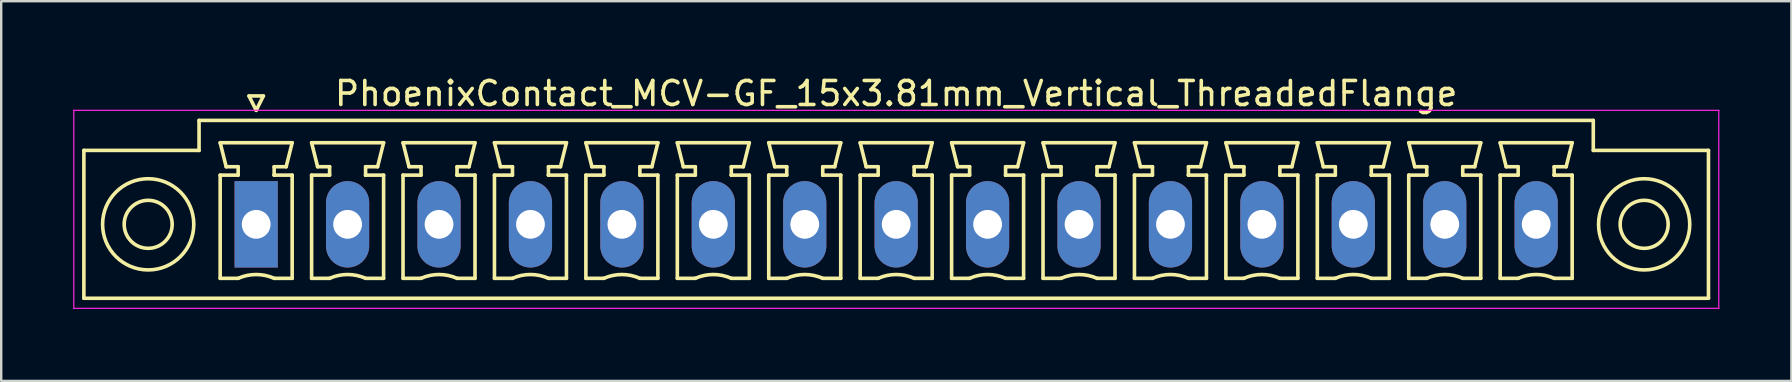
<source format=kicad_pcb>
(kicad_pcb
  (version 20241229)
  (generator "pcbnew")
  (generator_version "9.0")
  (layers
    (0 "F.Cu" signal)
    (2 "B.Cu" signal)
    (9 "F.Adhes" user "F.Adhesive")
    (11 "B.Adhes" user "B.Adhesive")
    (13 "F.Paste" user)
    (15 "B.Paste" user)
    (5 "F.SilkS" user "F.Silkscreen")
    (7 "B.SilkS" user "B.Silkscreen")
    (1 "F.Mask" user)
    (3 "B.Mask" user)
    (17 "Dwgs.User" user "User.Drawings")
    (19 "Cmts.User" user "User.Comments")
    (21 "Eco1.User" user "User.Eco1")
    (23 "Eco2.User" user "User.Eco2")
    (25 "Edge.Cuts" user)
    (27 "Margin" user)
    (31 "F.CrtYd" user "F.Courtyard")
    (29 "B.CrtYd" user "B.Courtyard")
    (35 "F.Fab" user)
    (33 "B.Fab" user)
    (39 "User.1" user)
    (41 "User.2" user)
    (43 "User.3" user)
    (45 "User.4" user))
  (footprint "PhoenixContact_MCV-GF_15x3.81mm_Vertical_ThreadedFlange"
    (layer "F.Cu")
    (at 7.625 6.298)
    (property "Reference" "PhoenixContact_MCV-GF_15x3.81mm_Vertical_ThreadedFlange" (at 26.67 -5.45 0) (layer "F.SilkS") (effects (font (size 1 1) (thickness 0.15))))
    (attr through_hole)
    (fp_line (start -7.18 -3.08) (end -7.18 3.08) (stroke (width 0.15) (type solid)) (layer "F.SilkS"))
    (fp_line (start -7.18 3.08) (end 60.52 3.08) (stroke (width 0.15) (type solid)) (layer "F.SilkS"))
    (fp_line (start -2.38 -4.33) (end -2.38 -3.08) (stroke (width 0.15) (type solid)) (layer "F.SilkS"))
    (fp_line (start -2.38 -3.08) (end -7.18 -3.08) (stroke (width 0.15) (type solid)) (layer "F.SilkS"))
    (fp_line (start -1.5 -3.4) (end 1.5 -3.4) (stroke (width 0.15) (type solid)) (layer "F.SilkS"))
    (fp_line (start -1.5 -2.05) (end -0.75 -2.05) (stroke (width 0.15) (type solid)) (layer "F.SilkS"))
    (fp_line (start -1.5 2.25) (end -1.5 -2.05) (stroke (width 0.15) (type solid)) (layer "F.SilkS"))
    (fp_line (start -1.25 -2.4) (end -1.5 -3.4) (stroke (width 0.15) (type solid)) (layer "F.SilkS"))
    (fp_line (start -0.75 -2.4) (end -1.25 -2.4) (stroke (width 0.15) (type solid)) (layer "F.SilkS"))
    (fp_line (start -0.75 -2.05) (end -0.75 -2.4) (stroke (width 0.15) (type solid)) (layer "F.SilkS"))
    (fp_line (start -0.75 2.25) (end -1.5 2.25) (stroke (width 0.15) (type solid)) (layer "F.SilkS"))
    (fp_line (start -0.3 -5.35) (end 0 -4.75) (stroke (width 0.15) (type solid)) (layer "F.SilkS"))
    (fp_line (start 0 -4.75) (end 0.3 -5.35) (stroke (width 0.15) (type solid)) (layer "F.SilkS"))
    (fp_line (start 0.3 -5.35) (end -0.3 -5.35) (stroke (width 0.15) (type solid)) (layer "F.SilkS"))
    (fp_line (start 0.75 -2.4) (end 0.75 -2.05) (stroke (width 0.15) (type solid)) (layer "F.SilkS"))
    (fp_line (start 0.75 -2.05) (end 0.75 -2.05) (stroke (width 0.15) (type solid)) (layer "F.SilkS"))
    (fp_line (start 0.75 -2.05) (end 1.5 -2.05) (stroke (width 0.15) (type solid)) (layer "F.SilkS"))
    (fp_line (start 1.25 -2.4) (end 0.75 -2.4) (stroke (width 0.15) (type solid)) (layer "F.SilkS"))
    (fp_line (start 1.5 -3.4) (end 1.25 -2.4) (stroke (width 0.15) (type solid)) (layer "F.SilkS"))
    (fp_line (start 1.5 -2.05) (end 1.5 2.25) (stroke (width 0.15) (type solid)) (layer "F.SilkS"))
    (fp_line (start 1.5 2.25) (end 0.75 2.25) (stroke (width 0.15) (type solid)) (layer "F.SilkS"))
    (fp_line (start 2.31 -3.4) (end 5.31 -3.4) (stroke (width 0.15) (type solid)) (layer "F.SilkS"))
    (fp_line (start 2.31 -2.05) (end 3.06 -2.05) (stroke (width 0.15) (type solid)) (layer "F.SilkS"))
    (fp_line (start 2.31 2.25) (end 2.31 -2.05) (stroke (width 0.15) (type solid)) (layer "F.SilkS"))
    (fp_line (start 2.56 -2.4) (end 2.31 -3.4) (stroke (width 0.15) (type solid)) (layer "F.SilkS"))
    (fp_line (start 3.06 -2.4) (end 2.56 -2.4) (stroke (width 0.15) (type solid)) (layer "F.SilkS"))
    (fp_line (start 3.06 -2.05) (end 3.06 -2.4) (stroke (width 0.15) (type solid)) (layer "F.SilkS"))
    (fp_line (start 3.06 2.25) (end 2.31 2.25) (stroke (width 0.15) (type solid)) (layer "F.SilkS"))
    (fp_line (start 4.56 -2.4) (end 4.56 -2.05) (stroke (width 0.15) (type solid)) (layer "F.SilkS"))
    (fp_line (start 4.56 -2.05) (end 4.56 -2.05) (stroke (width 0.15) (type solid)) (layer "F.SilkS"))
    (fp_line (start 4.56 -2.05) (end 5.31 -2.05) (stroke (width 0.15) (type solid)) (layer "F.SilkS"))
    (fp_line (start 5.06 -2.4) (end 4.56 -2.4) (stroke (width 0.15) (type solid)) (layer "F.SilkS"))
    (fp_line (start 5.31 -3.4) (end 5.06 -2.4) (stroke (width 0.15) (type solid)) (layer "F.SilkS"))
    (fp_line (start 5.31 -2.05) (end 5.31 2.25) (stroke (width 0.15) (type solid)) (layer "F.SilkS"))
    (fp_line (start 5.31 2.25) (end 4.56 2.25) (stroke (width 0.15) (type solid)) (layer "F.SilkS"))
    (fp_line (start 6.12 -3.4) (end 9.12 -3.4) (stroke (width 0.15) (type solid)) (layer "F.SilkS"))
    (fp_line (start 6.12 -2.05) (end 6.87 -2.05) (stroke (width 0.15) (type solid)) (layer "F.SilkS"))
    (fp_line (start 6.12 2.25) (end 6.12 -2.05) (stroke (width 0.15) (type solid)) (layer "F.SilkS"))
    (fp_line (start 6.37 -2.4) (end 6.12 -3.4) (stroke (width 0.15) (type solid)) (layer "F.SilkS"))
    (fp_line (start 6.87 -2.4) (end 6.37 -2.4) (stroke (width 0.15) (type solid)) (layer "F.SilkS"))
    (fp_line (start 6.87 -2.05) (end 6.87 -2.4) (stroke (width 0.15) (type solid)) (layer "F.SilkS"))
    (fp_line (start 6.87 2.25) (end 6.12 2.25) (stroke (width 0.15) (type solid)) (layer "F.SilkS"))
    (fp_line (start 8.37 -2.4) (end 8.37 -2.05) (stroke (width 0.15) (type solid)) (layer "F.SilkS"))
    (fp_line (start 8.37 -2.05) (end 8.37 -2.05) (stroke (width 0.15) (type solid)) (layer "F.SilkS"))
    (fp_line (start 8.37 -2.05) (end 9.12 -2.05) (stroke (width 0.15) (type solid)) (layer "F.SilkS"))
    (fp_line (start 8.87 -2.4) (end 8.37 -2.4) (stroke (width 0.15) (type solid)) (layer "F.SilkS"))
    (fp_line (start 9.12 -3.4) (end 8.87 -2.4) (stroke (width 0.15) (type solid)) (layer "F.SilkS"))
    (fp_line (start 9.12 -2.05) (end 9.12 2.25) (stroke (width 0.15) (type solid)) (layer "F.SilkS"))
    (fp_line (start 9.12 2.25) (end 8.37 2.25) (stroke (width 0.15) (type solid)) (layer "F.SilkS"))
    (fp_line (start 9.93 -3.4) (end 12.93 -3.4) (stroke (width 0.15) (type solid)) (layer "F.SilkS"))
    (fp_line (start 9.93 -2.05) (end 10.68 -2.05) (stroke (width 0.15) (type solid)) (layer "F.SilkS"))
    (fp_line (start 9.93 2.25) (end 9.93 -2.05) (stroke (width 0.15) (type solid)) (layer "F.SilkS"))
    (fp_line (start 10.18 -2.4) (end 9.93 -3.4) (stroke (width 0.15) (type solid)) (layer "F.SilkS"))
    (fp_line (start 10.68 -2.4) (end 10.18 -2.4) (stroke (width 0.15) (type solid)) (layer "F.SilkS"))
    (fp_line (start 10.68 -2.05) (end 10.68 -2.4) (stroke (width 0.15) (type solid)) (layer "F.SilkS"))
    (fp_line (start 10.68 2.25) (end 9.93 2.25) (stroke (width 0.15) (type solid)) (layer "F.SilkS"))
    (fp_line (start 12.18 -2.4) (end 12.18 -2.05) (stroke (width 0.15) (type solid)) (layer "F.SilkS"))
    (fp_line (start 12.18 -2.05) (end 12.18 -2.05) (stroke (width 0.15) (type solid)) (layer "F.SilkS"))
    (fp_line (start 12.18 -2.05) (end 12.93 -2.05) (stroke (width 0.15) (type solid)) (layer "F.SilkS"))
    (fp_line (start 12.68 -2.4) (end 12.18 -2.4) (stroke (width 0.15) (type solid)) (layer "F.SilkS"))
    (fp_line (start 12.93 -3.4) (end 12.68 -2.4) (stroke (width 0.15) (type solid)) (layer "F.SilkS"))
    (fp_line (start 12.93 -2.05) (end 12.93 2.25) (stroke (width 0.15) (type solid)) (layer "F.SilkS"))
    (fp_line (start 12.93 2.25) (end 12.18 2.25) (stroke (width 0.15) (type solid)) (layer "F.SilkS"))
    (fp_line (start 13.74 -3.4) (end 16.74 -3.4) (stroke (width 0.15) (type solid)) (layer "F.SilkS"))
    (fp_line (start 13.74 -2.05) (end 14.49 -2.05) (stroke (width 0.15) (type solid)) (layer "F.SilkS"))
    (fp_line (start 13.74 2.25) (end 13.74 -2.05) (stroke (width 0.15) (type solid)) (layer "F.SilkS"))
    (fp_line (start 13.99 -2.4) (end 13.74 -3.4) (stroke (width 0.15) (type solid)) (layer "F.SilkS"))
    (fp_line (start 14.49 -2.4) (end 13.99 -2.4) (stroke (width 0.15) (type solid)) (layer "F.SilkS"))
    (fp_line (start 14.49 -2.05) (end 14.49 -2.4) (stroke (width 0.15) (type solid)) (layer "F.SilkS"))
    (fp_line (start 14.49 2.25) (end 13.74 2.25) (stroke (width 0.15) (type solid)) (layer "F.SilkS"))
    (fp_line (start 15.99 -2.4) (end 15.99 -2.05) (stroke (width 0.15) (type solid)) (layer "F.SilkS"))
    (fp_line (start 15.99 -2.05) (end 15.99 -2.05) (stroke (width 0.15) (type solid)) (layer "F.SilkS"))
    (fp_line (start 15.99 -2.05) (end 16.74 -2.05) (stroke (width 0.15) (type solid)) (layer "F.SilkS"))
    (fp_line (start 16.49 -2.4) (end 15.99 -2.4) (stroke (width 0.15) (type solid)) (layer "F.SilkS"))
    (fp_line (start 16.74 -3.4) (end 16.49 -2.4) (stroke (width 0.15) (type solid)) (layer "F.SilkS"))
    (fp_line (start 16.74 -2.05) (end 16.74 2.25) (stroke (width 0.15) (type solid)) (layer "F.SilkS"))
    (fp_line (start 16.74 2.25) (end 15.99 2.25) (stroke (width 0.15) (type solid)) (layer "F.SilkS"))
    (fp_line (start 17.55 -3.4) (end 20.55 -3.4) (stroke (width 0.15) (type solid)) (layer "F.SilkS"))
    (fp_line (start 17.55 -2.05) (end 18.3 -2.05) (stroke (width 0.15) (type solid)) (layer "F.SilkS"))
    (fp_line (start 17.55 2.25) (end 17.55 -2.05) (stroke (width 0.15) (type solid)) (layer "F.SilkS"))
    (fp_line (start 17.8 -2.4) (end 17.55 -3.4) (stroke (width 0.15) (type solid)) (layer "F.SilkS"))
    (fp_line (start 18.3 -2.4) (end 17.8 -2.4) (stroke (width 0.15) (type solid)) (layer "F.SilkS"))
    (fp_line (start 18.3 -2.05) (end 18.3 -2.4) (stroke (width 0.15) (type solid)) (layer "F.SilkS"))
    (fp_line (start 18.3 2.25) (end 17.55 2.25) (stroke (width 0.15) (type solid)) (layer "F.SilkS"))
    (fp_line (start 19.8 -2.4) (end 19.8 -2.05) (stroke (width 0.15) (type solid)) (layer "F.SilkS"))
    (fp_line (start 19.8 -2.05) (end 19.8 -2.05) (stroke (width 0.15) (type solid)) (layer "F.SilkS"))
    (fp_line (start 19.8 -2.05) (end 20.55 -2.05) (stroke (width 0.15) (type solid)) (layer "F.SilkS"))
    (fp_line (start 20.3 -2.4) (end 19.8 -2.4) (stroke (width 0.15) (type solid)) (layer "F.SilkS"))
    (fp_line (start 20.55 -3.4) (end 20.3 -2.4) (stroke (width 0.15) (type solid)) (layer "F.SilkS"))
    (fp_line (start 20.55 -2.05) (end 20.55 2.25) (stroke (width 0.15) (type solid)) (layer "F.SilkS"))
    (fp_line (start 20.55 2.25) (end 19.8 2.25) (stroke (width 0.15) (type solid)) (layer "F.SilkS"))
    (fp_line (start 21.36 -3.4) (end 24.36 -3.4) (stroke (width 0.15) (type solid)) (layer "F.SilkS"))
    (fp_line (start 21.36 -2.05) (end 22.11 -2.05) (stroke (width 0.15) (type solid)) (layer "F.SilkS"))
    (fp_line (start 21.36 2.25) (end 21.36 -2.05) (stroke (width 0.15) (type solid)) (layer "F.SilkS"))
    (fp_line (start 21.61 -2.4) (end 21.36 -3.4) (stroke (width 0.15) (type solid)) (layer "F.SilkS"))
    (fp_line (start 22.11 -2.4) (end 21.61 -2.4) (stroke (width 0.15) (type solid)) (layer "F.SilkS"))
    (fp_line (start 22.11 -2.05) (end 22.11 -2.4) (stroke (width 0.15) (type solid)) (layer "F.SilkS"))
    (fp_line (start 22.11 2.25) (end 21.36 2.25) (stroke (width 0.15) (type solid)) (layer "F.SilkS"))
    (fp_line (start 23.61 -2.4) (end 23.61 -2.05) (stroke (width 0.15) (type solid)) (layer "F.SilkS"))
    (fp_line (start 23.61 -2.05) (end 23.61 -2.05) (stroke (width 0.15) (type solid)) (layer "F.SilkS"))
    (fp_line (start 23.61 -2.05) (end 24.36 -2.05) (stroke (width 0.15) (type solid)) (layer "F.SilkS"))
    (fp_line (start 24.11 -2.4) (end 23.61 -2.4) (stroke (width 0.15) (type solid)) (layer "F.SilkS"))
    (fp_line (start 24.36 -3.4) (end 24.11 -2.4) (stroke (width 0.15) (type solid)) (layer "F.SilkS"))
    (fp_line (start 24.36 -2.05) (end 24.36 2.25) (stroke (width 0.15) (type solid)) (layer "F.SilkS"))
    (fp_line (start 24.36 2.25) (end 23.61 2.25) (stroke (width 0.15) (type solid)) (layer "F.SilkS"))
    (fp_line (start 25.17 -3.4) (end 28.17 -3.4) (stroke (width 0.15) (type solid)) (layer "F.SilkS"))
    (fp_line (start 25.17 -2.05) (end 25.92 -2.05) (stroke (width 0.15) (type solid)) (layer "F.SilkS"))
    (fp_line (start 25.17 2.25) (end 25.17 -2.05) (stroke (width 0.15) (type solid)) (layer "F.SilkS"))
    (fp_line (start 25.42 -2.4) (end 25.17 -3.4) (stroke (width 0.15) (type solid)) (layer "F.SilkS"))
    (fp_line (start 25.92 -2.4) (end 25.42 -2.4) (stroke (width 0.15) (type solid)) (layer "F.SilkS"))
    (fp_line (start 25.92 -2.05) (end 25.92 -2.4) (stroke (width 0.15) (type solid)) (layer "F.SilkS"))
    (fp_line (start 25.92 2.25) (end 25.17 2.25) (stroke (width 0.15) (type solid)) (layer "F.SilkS"))
    (fp_line (start 27.42 -2.4) (end 27.42 -2.05) (stroke (width 0.15) (type solid)) (layer "F.SilkS"))
    (fp_line (start 27.42 -2.05) (end 27.42 -2.05) (stroke (width 0.15) (type solid)) (layer "F.SilkS"))
    (fp_line (start 27.42 -2.05) (end 28.17 -2.05) (stroke (width 0.15) (type solid)) (layer "F.SilkS"))
    (fp_line (start 27.92 -2.4) (end 27.42 -2.4) (stroke (width 0.15) (type solid)) (layer "F.SilkS"))
    (fp_line (start 28.17 -3.4) (end 27.92 -2.4) (stroke (width 0.15) (type solid)) (layer "F.SilkS"))
    (fp_line (start 28.17 -2.05) (end 28.17 2.25) (stroke (width 0.15) (type solid)) (layer "F.SilkS"))
    (fp_line (start 28.17 2.25) (end 27.42 2.25) (stroke (width 0.15) (type solid)) (layer "F.SilkS"))
    (fp_line (start 28.98 -3.4) (end 31.98 -3.4) (stroke (width 0.15) (type solid)) (layer "F.SilkS"))
    (fp_line (start 28.98 -2.05) (end 29.73 -2.05) (stroke (width 0.15) (type solid)) (layer "F.SilkS"))
    (fp_line (start 28.98 2.25) (end 28.98 -2.05) (stroke (width 0.15) (type solid)) (layer "F.SilkS"))
    (fp_line (start 29.23 -2.4) (end 28.98 -3.4) (stroke (width 0.15) (type solid)) (layer "F.SilkS"))
    (fp_line (start 29.73 -2.4) (end 29.23 -2.4) (stroke (width 0.15) (type solid)) (layer "F.SilkS"))
    (fp_line (start 29.73 -2.05) (end 29.73 -2.4) (stroke (width 0.15) (type solid)) (layer "F.SilkS"))
    (fp_line (start 29.73 2.25) (end 28.98 2.25) (stroke (width 0.15) (type solid)) (layer "F.SilkS"))
    (fp_line (start 31.23 -2.4) (end 31.23 -2.05) (stroke (width 0.15) (type solid)) (layer "F.SilkS"))
    (fp_line (start 31.23 -2.05) (end 31.23 -2.05) (stroke (width 0.15) (type solid)) (layer "F.SilkS"))
    (fp_line (start 31.23 -2.05) (end 31.98 -2.05) (stroke (width 0.15) (type solid)) (layer "F.SilkS"))
    (fp_line (start 31.73 -2.4) (end 31.23 -2.4) (stroke (width 0.15) (type solid)) (layer "F.SilkS"))
    (fp_line (start 31.98 -3.4) (end 31.73 -2.4) (stroke (width 0.15) (type solid)) (layer "F.SilkS"))
    (fp_line (start 31.98 -2.05) (end 31.98 2.25) (stroke (width 0.15) (type solid)) (layer "F.SilkS"))
    (fp_line (start 31.98 2.25) (end 31.23 2.25) (stroke (width 0.15) (type solid)) (layer "F.SilkS"))
    (fp_line (start 32.79 -3.4) (end 35.79 -3.4) (stroke (width 0.15) (type solid)) (layer "F.SilkS"))
    (fp_line (start 32.79 -2.05) (end 33.54 -2.05) (stroke (width 0.15) (type solid)) (layer "F.SilkS"))
    (fp_line (start 32.79 2.25) (end 32.79 -2.05) (stroke (width 0.15) (type solid)) (layer "F.SilkS"))
    (fp_line (start 33.04 -2.4) (end 32.79 -3.4) (stroke (width 0.15) (type solid)) (layer "F.SilkS"))
    (fp_line (start 33.54 -2.4) (end 33.04 -2.4) (stroke (width 0.15) (type solid)) (layer "F.SilkS"))
    (fp_line (start 33.54 -2.05) (end 33.54 -2.4) (stroke (width 0.15) (type solid)) (layer "F.SilkS"))
    (fp_line (start 33.54 2.25) (end 32.79 2.25) (stroke (width 0.15) (type solid)) (layer "F.SilkS"))
    (fp_line (start 35.04 -2.4) (end 35.04 -2.05) (stroke (width 0.15) (type solid)) (layer "F.SilkS"))
    (fp_line (start 35.04 -2.05) (end 35.04 -2.05) (stroke (width 0.15) (type solid)) (layer "F.SilkS"))
    (fp_line (start 35.04 -2.05) (end 35.79 -2.05) (stroke (width 0.15) (type solid)) (layer "F.SilkS"))
    (fp_line (start 35.54 -2.4) (end 35.04 -2.4) (stroke (width 0.15) (type solid)) (layer "F.SilkS"))
    (fp_line (start 35.79 -3.4) (end 35.54 -2.4) (stroke (width 0.15) (type solid)) (layer "F.SilkS"))
    (fp_line (start 35.79 -2.05) (end 35.79 2.25) (stroke (width 0.15) (type solid)) (layer "F.SilkS"))
    (fp_line (start 35.79 2.25) (end 35.04 2.25) (stroke (width 0.15) (type solid)) (layer "F.SilkS"))
    (fp_line (start 36.6 -3.4) (end 39.6 -3.4) (stroke (width 0.15) (type solid)) (layer "F.SilkS"))
    (fp_line (start 36.6 -2.05) (end 37.35 -2.05) (stroke (width 0.15) (type solid)) (layer "F.SilkS"))
    (fp_line (start 36.6 2.25) (end 36.6 -2.05) (stroke (width 0.15) (type solid)) (layer "F.SilkS"))
    (fp_line (start 36.85 -2.4) (end 36.6 -3.4) (stroke (width 0.15) (type solid)) (layer "F.SilkS"))
    (fp_line (start 37.35 -2.4) (end 36.85 -2.4) (stroke (width 0.15) (type solid)) (layer "F.SilkS"))
    (fp_line (start 37.35 -2.05) (end 37.35 -2.4) (stroke (width 0.15) (type solid)) (layer "F.SilkS"))
    (fp_line (start 37.35 2.25) (end 36.6 2.25) (stroke (width 0.15) (type solid)) (layer "F.SilkS"))
    (fp_line (start 38.85 -2.4) (end 38.85 -2.05) (stroke (width 0.15) (type solid)) (layer "F.SilkS"))
    (fp_line (start 38.85 -2.05) (end 38.85 -2.05) (stroke (width 0.15) (type solid)) (layer "F.SilkS"))
    (fp_line (start 38.85 -2.05) (end 39.6 -2.05) (stroke (width 0.15) (type solid)) (layer "F.SilkS"))
    (fp_line (start 39.35 -2.4) (end 38.85 -2.4) (stroke (width 0.15) (type solid)) (layer "F.SilkS"))
    (fp_line (start 39.6 -3.4) (end 39.35 -2.4) (stroke (width 0.15) (type solid)) (layer "F.SilkS"))
    (fp_line (start 39.6 -2.05) (end 39.6 2.25) (stroke (width 0.15) (type solid)) (layer "F.SilkS"))
    (fp_line (start 39.6 2.25) (end 38.85 2.25) (stroke (width 0.15) (type solid)) (layer "F.SilkS"))
    (fp_line (start 40.41 -3.4) (end 43.41 -3.4) (stroke (width 0.15) (type solid)) (layer "F.SilkS"))
    (fp_line (start 40.41 -2.05) (end 41.16 -2.05) (stroke (width 0.15) (type solid)) (layer "F.SilkS"))
    (fp_line (start 40.41 2.25) (end 40.41 -2.05) (stroke (width 0.15) (type solid)) (layer "F.SilkS"))
    (fp_line (start 40.66 -2.4) (end 40.41 -3.4) (stroke (width 0.15) (type solid)) (layer "F.SilkS"))
    (fp_line (start 41.16 -2.4) (end 40.66 -2.4) (stroke (width 0.15) (type solid)) (layer "F.SilkS"))
    (fp_line (start 41.16 -2.05) (end 41.16 -2.4) (stroke (width 0.15) (type solid)) (layer "F.SilkS"))
    (fp_line (start 41.16 2.25) (end 40.41 2.25) (stroke (width 0.15) (type solid)) (layer "F.SilkS"))
    (fp_line (start 42.66 -2.4) (end 42.66 -2.05) (stroke (width 0.15) (type solid)) (layer "F.SilkS"))
    (fp_line (start 42.66 -2.05) (end 42.66 -2.05) (stroke (width 0.15) (type solid)) (layer "F.SilkS"))
    (fp_line (start 42.66 -2.05) (end 43.41 -2.05) (stroke (width 0.15) (type solid)) (layer "F.SilkS"))
    (fp_line (start 43.16 -2.4) (end 42.66 -2.4) (stroke (width 0.15) (type solid)) (layer "F.SilkS"))
    (fp_line (start 43.41 -3.4) (end 43.16 -2.4) (stroke (width 0.15) (type solid)) (layer "F.SilkS"))
    (fp_line (start 43.41 -2.05) (end 43.41 2.25) (stroke (width 0.15) (type solid)) (layer "F.SilkS"))
    (fp_line (start 43.41 2.25) (end 42.66 2.25) (stroke (width 0.15) (type solid)) (layer "F.SilkS"))
    (fp_line (start 44.22 -3.4) (end 47.22 -3.4) (stroke (width 0.15) (type solid)) (layer "F.SilkS"))
    (fp_line (start 44.22 -2.05) (end 44.97 -2.05) (stroke (width 0.15) (type solid)) (layer "F.SilkS"))
    (fp_line (start 44.22 2.25) (end 44.22 -2.05) (stroke (width 0.15) (type solid)) (layer "F.SilkS"))
    (fp_line (start 44.47 -2.4) (end 44.22 -3.4) (stroke (width 0.15) (type solid)) (layer "F.SilkS"))
    (fp_line (start 44.97 -2.4) (end 44.47 -2.4) (stroke (width 0.15) (type solid)) (layer "F.SilkS"))
    (fp_line (start 44.97 -2.05) (end 44.97 -2.4) (stroke (width 0.15) (type solid)) (layer "F.SilkS"))
    (fp_line (start 44.97 2.25) (end 44.22 2.25) (stroke (width 0.15) (type solid)) (layer "F.SilkS"))
    (fp_line (start 46.47 -2.4) (end 46.47 -2.05) (stroke (width 0.15) (type solid)) (layer "F.SilkS"))
    (fp_line (start 46.47 -2.05) (end 46.47 -2.05) (stroke (width 0.15) (type solid)) (layer "F.SilkS"))
    (fp_line (start 46.47 -2.05) (end 47.22 -2.05) (stroke (width 0.15) (type solid)) (layer "F.SilkS"))
    (fp_line (start 46.97 -2.4) (end 46.47 -2.4) (stroke (width 0.15) (type solid)) (layer "F.SilkS"))
    (fp_line (start 47.22 -3.4) (end 46.97 -2.4) (stroke (width 0.15) (type solid)) (layer "F.SilkS"))
    (fp_line (start 47.22 -2.05) (end 47.22 2.25) (stroke (width 0.15) (type solid)) (layer "F.SilkS"))
    (fp_line (start 47.22 2.25) (end 46.47 2.25) (stroke (width 0.15) (type solid)) (layer "F.SilkS"))
    (fp_line (start 48.03 -3.4) (end 51.03 -3.4) (stroke (width 0.15) (type solid)) (layer "F.SilkS"))
    (fp_line (start 48.03 -2.05) (end 48.78 -2.05) (stroke (width 0.15) (type solid)) (layer "F.SilkS"))
    (fp_line (start 48.03 2.25) (end 48.03 -2.05) (stroke (width 0.15) (type solid)) (layer "F.SilkS"))
    (fp_line (start 48.28 -2.4) (end 48.03 -3.4) (stroke (width 0.15) (type solid)) (layer "F.SilkS"))
    (fp_line (start 48.78 -2.4) (end 48.28 -2.4) (stroke (width 0.15) (type solid)) (layer "F.SilkS"))
    (fp_line (start 48.78 -2.05) (end 48.78 -2.4) (stroke (width 0.15) (type solid)) (layer "F.SilkS"))
    (fp_line (start 48.78 2.25) (end 48.03 2.25) (stroke (width 0.15) (type solid)) (layer "F.SilkS"))
    (fp_line (start 50.28 -2.4) (end 50.28 -2.05) (stroke (width 0.15) (type solid)) (layer "F.SilkS"))
    (fp_line (start 50.28 -2.05) (end 50.28 -2.05) (stroke (width 0.15) (type solid)) (layer "F.SilkS"))
    (fp_line (start 50.28 -2.05) (end 51.03 -2.05) (stroke (width 0.15) (type solid)) (layer "F.SilkS"))
    (fp_line (start 50.78 -2.4) (end 50.28 -2.4) (stroke (width 0.15) (type solid)) (layer "F.SilkS"))
    (fp_line (start 51.03 -3.4) (end 50.78 -2.4) (stroke (width 0.15) (type solid)) (layer "F.SilkS"))
    (fp_line (start 51.03 -2.05) (end 51.03 2.25) (stroke (width 0.15) (type solid)) (layer "F.SilkS"))
    (fp_line (start 51.03 2.25) (end 50.28 2.25) (stroke (width 0.15) (type solid)) (layer "F.SilkS"))
    (fp_line (start 51.84 -3.4) (end 54.84 -3.4) (stroke (width 0.15) (type solid)) (layer "F.SilkS"))
    (fp_line (start 51.84 -2.05) (end 52.59 -2.05) (stroke (width 0.15) (type solid)) (layer "F.SilkS"))
    (fp_line (start 51.84 2.25) (end 51.84 -2.05) (stroke (width 0.15) (type solid)) (layer "F.SilkS"))
    (fp_line (start 52.09 -2.4) (end 51.84 -3.4) (stroke (width 0.15) (type solid)) (layer "F.SilkS"))
    (fp_line (start 52.59 -2.4) (end 52.09 -2.4) (stroke (width 0.15) (type solid)) (layer "F.SilkS"))
    (fp_line (start 52.59 -2.05) (end 52.59 -2.4) (stroke (width 0.15) (type solid)) (layer "F.SilkS"))
    (fp_line (start 52.59 2.25) (end 51.84 2.25) (stroke (width 0.15) (type solid)) (layer "F.SilkS"))
    (fp_line (start 54.09 -2.4) (end 54.09 -2.05) (stroke (width 0.15) (type solid)) (layer "F.SilkS"))
    (fp_line (start 54.09 -2.05) (end 54.09 -2.05) (stroke (width 0.15) (type solid)) (layer "F.SilkS"))
    (fp_line (start 54.09 -2.05) (end 54.84 -2.05) (stroke (width 0.15) (type solid)) (layer "F.SilkS"))
    (fp_line (start 54.59 -2.4) (end 54.09 -2.4) (stroke (width 0.15) (type solid)) (layer "F.SilkS"))
    (fp_line (start 54.84 -3.4) (end 54.59 -2.4) (stroke (width 0.15) (type solid)) (layer "F.SilkS"))
    (fp_line (start 54.84 -2.05) (end 54.84 2.25) (stroke (width 0.15) (type solid)) (layer "F.SilkS"))
    (fp_line (start 54.84 2.25) (end 54.09 2.25) (stroke (width 0.15) (type solid)) (layer "F.SilkS"))
    (fp_line (start 55.72 -4.33) (end -2.38 -4.33) (stroke (width 0.15) (type solid)) (layer "F.SilkS"))
    (fp_line (start 55.72 -3.08) (end 55.72 -4.33) (stroke (width 0.15) (type solid)) (layer "F.SilkS"))
    (fp_line (start 60.52 -3.08) (end 55.72 -3.08) (stroke (width 0.15) (type solid)) (layer "F.SilkS"))
    (fp_line (start 60.52 3.08) (end 60.52 -3.08) (stroke (width 0.15) (type solid)) (layer "F.SilkS"))
    (fp_arc (start -0.75 2.25) (mid -0.000193 2.09191) (end 0.749647 2.249844) (stroke (width 0.15) (type solid)) (layer "F.SilkS"))
    (fp_arc (start 3.06 2.25) (mid 3.809807 2.09191) (end 4.559647 2.249844) (stroke (width 0.15) (type solid)) (layer "F.SilkS"))
    (fp_arc (start 6.87 2.25) (mid 7.619807 2.09191) (end 8.369647 2.249844) (stroke (width 0.15) (type solid)) (layer "F.SilkS"))
    (fp_arc (start 10.68 2.25) (mid 11.429807 2.09191) (end 12.179647 2.249844) (stroke (width 0.15) (type solid)) (layer "F.SilkS"))
    (fp_arc (start 14.49 2.25) (mid 15.239807 2.09191) (end 15.989647 2.249844) (stroke (width 0.15) (type solid)) (layer "F.SilkS"))
    (fp_arc (start 18.3 2.25) (mid 19.049807 2.09191) (end 19.799647 2.249844) (stroke (width 0.15) (type solid)) (layer "F.SilkS"))
    (fp_arc (start 22.11 2.25) (mid 22.859807 2.09191) (end 23.609647 2.249844) (stroke (width 0.15) (type solid)) (layer "F.SilkS"))
    (fp_arc (start 25.92 2.25) (mid 26.669807 2.09191) (end 27.419647 2.249844) (stroke (width 0.15) (type solid)) (layer "F.SilkS"))
    (fp_arc (start 29.73 2.25) (mid 30.479807 2.09191) (end 31.229647 2.249844) (stroke (width 0.15) (type solid)) (layer "F.SilkS"))
    (fp_arc (start 33.54 2.25) (mid 34.289807 2.09191) (end 35.039647 2.249844) (stroke (width 0.15) (type solid)) (layer "F.SilkS"))
    (fp_arc (start 37.35 2.25) (mid 38.099807 2.09191) (end 38.849647 2.249844) (stroke (width 0.15) (type solid)) (layer "F.SilkS"))
    (fp_arc (start 41.16 2.25) (mid 41.909807 2.09191) (end 42.659647 2.249844) (stroke (width 0.15) (type solid)) (layer "F.SilkS"))
    (fp_arc (start 44.97 2.25) (mid 45.719807 2.09191) (end 46.469647 2.249844) (stroke (width 0.15) (type solid)) (layer "F.SilkS"))
    (fp_arc (start 48.78 2.25) (mid 49.529807 2.09191) (end 50.279647 2.249844) (stroke (width 0.15) (type solid)) (layer "F.SilkS"))
    (fp_arc (start 52.59 2.25) (mid 53.339807 2.09191) (end 54.089647 2.249844) (stroke (width 0.15) (type solid)) (layer "F.SilkS"))
    (fp_circle (center -4.5 0) (end -3.5 0) (stroke (width 0.15) (type solid)) (fill no) (layer "F.SilkS"))
    (fp_circle (center -4.5 0) (end -2.6 0) (stroke (width 0.15) (type solid)) (fill no) (layer "F.SilkS"))
    (fp_circle (center 57.84 0) (end 58.84 0) (stroke (width 0.15) (type solid)) (fill no) (layer "F.SilkS"))
    (fp_circle (center 57.84 0) (end 59.74 0) (stroke (width 0.15) (type solid)) (fill no) (layer "F.SilkS"))
    (fp_line (start -7.6 -4.75) (end -7.6 3.5) (stroke (width 0.05) (type solid)) (layer "F.CrtYd"))
    (fp_line (start -7.6 3.5) (end 60.95 3.5) (stroke (width 0.05) (type solid)) (layer "F.CrtYd"))
    (fp_line (start 60.95 -4.75) (end -7.6 -4.75) (stroke (width 0.05) (type solid)) (layer "F.CrtYd"))
    (fp_line (start 60.95 3.5) (end 60.95 -4.75) (stroke (width 0.05) (type solid)) (layer "F.CrtYd"))
    (pad "1" thru_hole rect (at 0 0) (size 1.8 3.6) (drill 1.2) (layers "*.Cu" "*.Mask"))
    (pad "2" thru_hole oval (at 3.81 0) (size 1.8 3.6) (drill 1.2) (layers "*.Cu" "*.Mask"))
    (pad "3" thru_hole oval (at 7.62 0) (size 1.8 3.6) (drill 1.2) (layers "*.Cu" "*.Mask"))
    (pad "4" thru_hole oval (at 11.43 0) (size 1.8 3.6) (drill 1.2) (layers "*.Cu" "*.Mask"))
    (pad "5" thru_hole oval (at 15.24 0) (size 1.8 3.6) (drill 1.2) (layers "*.Cu" "*.Mask"))
    (pad "6" thru_hole oval (at 19.05 0) (size 1.8 3.6) (drill 1.2) (layers "*.Cu" "*.Mask"))
    (pad "7" thru_hole oval (at 22.86 0) (size 1.8 3.6) (drill 1.2) (layers "*.Cu" "*.Mask"))
    (pad "8" thru_hole oval (at 26.67 0) (size 1.8 3.6) (drill 1.2) (layers "*.Cu" "*.Mask"))
    (pad "9" thru_hole oval (at 30.48 0) (size 1.8 3.6) (drill 1.2) (layers "*.Cu" "*.Mask"))
    (pad "10" thru_hole oval (at 34.29 0) (size 1.8 3.6) (drill 1.2) (layers "*.Cu" "*.Mask"))
    (pad "11" thru_hole oval (at 38.1 0) (size 1.8 3.6) (drill 1.2) (layers "*.Cu" "*.Mask"))
    (pad "12" thru_hole oval (at 41.91 0) (size 1.8 3.6) (drill 1.2) (layers "*.Cu" "*.Mask"))
    (pad "13" thru_hole oval (at 45.72 0) (size 1.8 3.6) (drill 1.2) (layers "*.Cu" "*.Mask"))
    (pad "14" thru_hole oval (at 49.53 0) (size 1.8 3.6) (drill 1.2) (layers "*.Cu" "*.Mask"))
    (pad "15" thru_hole oval (at 53.34 0) (size 1.8 3.6) (drill 1.2) (layers "*.Cu" "*.Mask")))
  (gr_rect
    (start -3 -3)
    (end 71.6 12.823)
    (stroke (width 0.1) (type default))
    (fill no)
    (layer "Edge.Cuts")))
</source>
